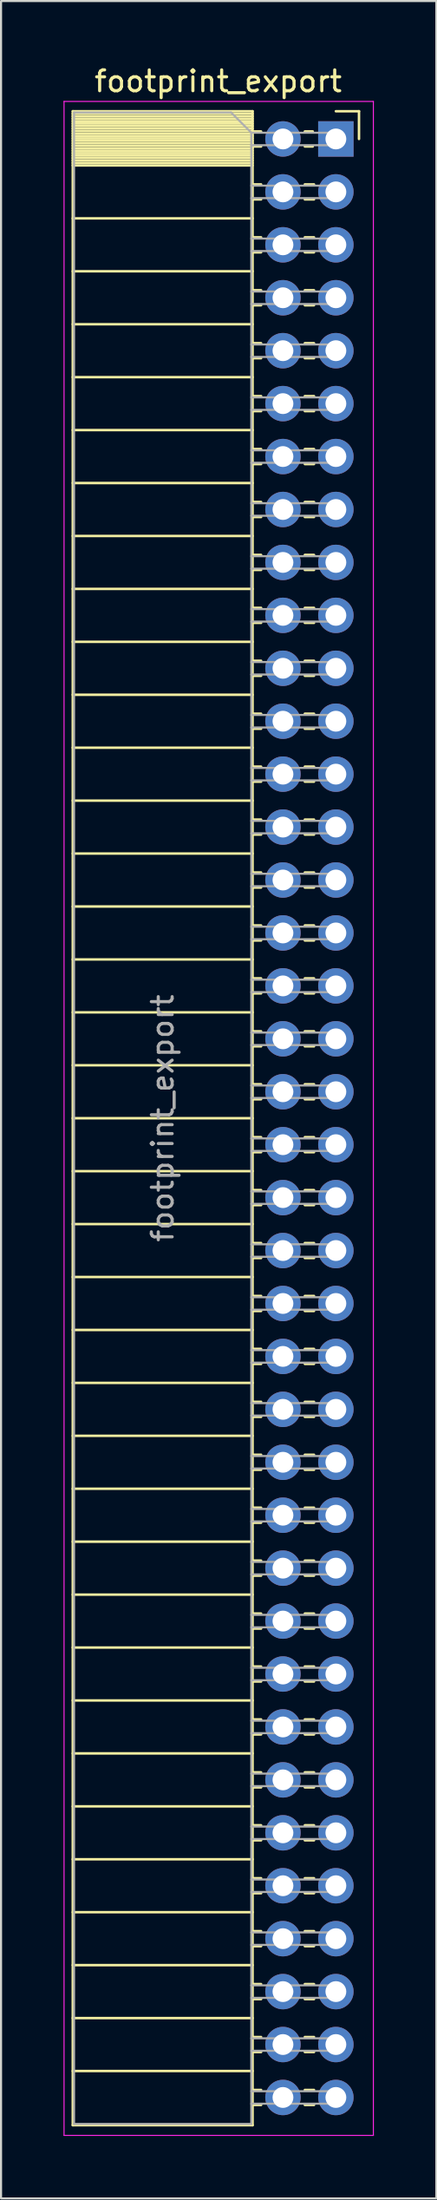
<source format=kicad_pcb>
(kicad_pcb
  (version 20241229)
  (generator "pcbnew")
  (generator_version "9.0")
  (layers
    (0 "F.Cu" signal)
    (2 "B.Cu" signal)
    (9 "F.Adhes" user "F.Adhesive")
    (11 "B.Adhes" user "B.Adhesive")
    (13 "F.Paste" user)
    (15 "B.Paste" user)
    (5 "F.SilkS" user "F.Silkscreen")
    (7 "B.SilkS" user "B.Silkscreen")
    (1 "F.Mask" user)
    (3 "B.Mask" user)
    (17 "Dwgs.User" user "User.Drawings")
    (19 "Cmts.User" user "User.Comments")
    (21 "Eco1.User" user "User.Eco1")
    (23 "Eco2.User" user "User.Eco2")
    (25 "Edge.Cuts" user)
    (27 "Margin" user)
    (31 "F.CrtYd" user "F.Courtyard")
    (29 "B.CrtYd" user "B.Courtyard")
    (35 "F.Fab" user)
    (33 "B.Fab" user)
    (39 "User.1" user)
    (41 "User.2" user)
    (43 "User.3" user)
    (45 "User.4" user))
  (footprint "footprint_export"
    (layer "F.Cu")
    (at 13.075 3.618)
    (property "Reference" "footprint_export" (at -5.65 -2.77 0) (layer "F.SilkS") (effects (font (size 1 1) (thickness 0.15))))
    (attr through_hole)
    (fp_line (start -12.63 -1.33) (end -12.63 95.31) (stroke (width 0.12) (type solid)) (layer "F.SilkS"))
    (fp_line (start -12.63 -1.33) (end -4 -1.33) (stroke (width 0.12) (type solid)) (layer "F.SilkS"))
    (fp_line (start -12.63 -1.21) (end -4 -1.21) (stroke (width 0.12) (type solid)) (layer "F.SilkS"))
    (fp_line (start -12.63 -1.092) (end -4 -1.092) (stroke (width 0.12) (type solid)) (layer "F.SilkS"))
    (fp_line (start -12.63 -0.974) (end -4 -0.974) (stroke (width 0.12) (type solid)) (layer "F.SilkS"))
    (fp_line (start -12.63 -0.856) (end -4 -0.856) (stroke (width 0.12) (type solid)) (layer "F.SilkS"))
    (fp_line (start -12.63 -0.738) (end -4 -0.738) (stroke (width 0.12) (type solid)) (layer "F.SilkS"))
    (fp_line (start -12.63 -0.62) (end -4 -0.62) (stroke (width 0.12) (type solid)) (layer "F.SilkS"))
    (fp_line (start -12.63 -0.501) (end -4 -0.501) (stroke (width 0.12) (type solid)) (layer "F.SilkS"))
    (fp_line (start -12.63 -0.383) (end -4 -0.383) (stroke (width 0.12) (type solid)) (layer "F.SilkS"))
    (fp_line (start -12.63 -0.265) (end -4 -0.265) (stroke (width 0.12) (type solid)) (layer "F.SilkS"))
    (fp_line (start -12.63 -0.147) (end -4 -0.147) (stroke (width 0.12) (type solid)) (layer "F.SilkS"))
    (fp_line (start -12.63 -0.029) (end -4 -0.029) (stroke (width 0.12) (type solid)) (layer "F.SilkS"))
    (fp_line (start -12.63 0.089) (end -4 0.089) (stroke (width 0.12) (type solid)) (layer "F.SilkS"))
    (fp_line (start -12.63 0.207) (end -4 0.207) (stroke (width 0.12) (type solid)) (layer "F.SilkS"))
    (fp_line (start -12.63 0.325) (end -4 0.325) (stroke (width 0.12) (type solid)) (layer "F.SilkS"))
    (fp_line (start -12.63 0.443) (end -4 0.443) (stroke (width 0.12) (type solid)) (layer "F.SilkS"))
    (fp_line (start -12.63 0.561) (end -4 0.561) (stroke (width 0.12) (type solid)) (layer "F.SilkS"))
    (fp_line (start -12.63 0.68) (end -4 0.68) (stroke (width 0.12) (type solid)) (layer "F.SilkS"))
    (fp_line (start -12.63 0.798) (end -4 0.798) (stroke (width 0.12) (type solid)) (layer "F.SilkS"))
    (fp_line (start -12.63 0.916) (end -4 0.916) (stroke (width 0.12) (type solid)) (layer "F.SilkS"))
    (fp_line (start -12.63 1.034) (end -4 1.034) (stroke (width 0.12) (type solid)) (layer "F.SilkS"))
    (fp_line (start -12.63 1.152) (end -4 1.152) (stroke (width 0.12) (type solid)) (layer "F.SilkS"))
    (fp_line (start -12.63 1.27) (end -4 1.27) (stroke (width 0.12) (type solid)) (layer "F.SilkS"))
    (fp_line (start -12.63 3.81) (end -4 3.81) (stroke (width 0.12) (type solid)) (layer "F.SilkS"))
    (fp_line (start -12.63 6.35) (end -4 6.35) (stroke (width 0.12) (type solid)) (layer "F.SilkS"))
    (fp_line (start -12.63 8.89) (end -4 8.89) (stroke (width 0.12) (type solid)) (layer "F.SilkS"))
    (fp_line (start -12.63 11.43) (end -4 11.43) (stroke (width 0.12) (type solid)) (layer "F.SilkS"))
    (fp_line (start -12.63 13.97) (end -4 13.97) (stroke (width 0.12) (type solid)) (layer "F.SilkS"))
    (fp_line (start -12.63 16.51) (end -4 16.51) (stroke (width 0.12) (type solid)) (layer "F.SilkS"))
    (fp_line (start -12.63 19.05) (end -4 19.05) (stroke (width 0.12) (type solid)) (layer "F.SilkS"))
    (fp_line (start -12.63 21.59) (end -4 21.59) (stroke (width 0.12) (type solid)) (layer "F.SilkS"))
    (fp_line (start -12.63 24.13) (end -4 24.13) (stroke (width 0.12) (type solid)) (layer "F.SilkS"))
    (fp_line (start -12.63 26.67) (end -4 26.67) (stroke (width 0.12) (type solid)) (layer "F.SilkS"))
    (fp_line (start -12.63 29.21) (end -4 29.21) (stroke (width 0.12) (type solid)) (layer "F.SilkS"))
    (fp_line (start -12.63 31.75) (end -4 31.75) (stroke (width 0.12) (type solid)) (layer "F.SilkS"))
    (fp_line (start -12.63 34.29) (end -4 34.29) (stroke (width 0.12) (type solid)) (layer "F.SilkS"))
    (fp_line (start -12.63 36.83) (end -4 36.83) (stroke (width 0.12) (type solid)) (layer "F.SilkS"))
    (fp_line (start -12.63 39.37) (end -4 39.37) (stroke (width 0.12) (type solid)) (layer "F.SilkS"))
    (fp_line (start -12.63 41.91) (end -4 41.91) (stroke (width 0.12) (type solid)) (layer "F.SilkS"))
    (fp_line (start -12.63 44.45) (end -4 44.45) (stroke (width 0.12) (type solid)) (layer "F.SilkS"))
    (fp_line (start -12.63 46.99) (end -4 46.99) (stroke (width 0.12) (type solid)) (layer "F.SilkS"))
    (fp_line (start -12.63 49.53) (end -4 49.53) (stroke (width 0.12) (type solid)) (layer "F.SilkS"))
    (fp_line (start -12.63 52.07) (end -4 52.07) (stroke (width 0.12) (type solid)) (layer "F.SilkS"))
    (fp_line (start -12.63 54.61) (end -4 54.61) (stroke (width 0.12) (type solid)) (layer "F.SilkS"))
    (fp_line (start -12.63 57.15) (end -4 57.15) (stroke (width 0.12) (type solid)) (layer "F.SilkS"))
    (fp_line (start -12.63 59.69) (end -4 59.69) (stroke (width 0.12) (type solid)) (layer "F.SilkS"))
    (fp_line (start -12.63 62.23) (end -4 62.23) (stroke (width 0.12) (type solid)) (layer "F.SilkS"))
    (fp_line (start -12.63 64.77) (end -4 64.77) (stroke (width 0.12) (type solid)) (layer "F.SilkS"))
    (fp_line (start -12.63 67.31) (end -4 67.31) (stroke (width 0.12) (type solid)) (layer "F.SilkS"))
    (fp_line (start -12.63 69.85) (end -4 69.85) (stroke (width 0.12) (type solid)) (layer "F.SilkS"))
    (fp_line (start -12.63 72.39) (end -4 72.39) (stroke (width 0.12) (type solid)) (layer "F.SilkS"))
    (fp_line (start -12.63 74.93) (end -4 74.93) (stroke (width 0.12) (type solid)) (layer "F.SilkS"))
    (fp_line (start -12.63 77.47) (end -4 77.47) (stroke (width 0.12) (type solid)) (layer "F.SilkS"))
    (fp_line (start -12.63 80.01) (end -4 80.01) (stroke (width 0.12) (type solid)) (layer "F.SilkS"))
    (fp_line (start -12.63 82.55) (end -4 82.55) (stroke (width 0.12) (type solid)) (layer "F.SilkS"))
    (fp_line (start -12.63 85.09) (end -4 85.09) (stroke (width 0.12) (type solid)) (layer "F.SilkS"))
    (fp_line (start -12.63 87.63) (end -4 87.63) (stroke (width 0.12) (type solid)) (layer "F.SilkS"))
    (fp_line (start -12.63 90.17) (end -4 90.17) (stroke (width 0.12) (type solid)) (layer "F.SilkS"))
    (fp_line (start -12.63 92.71) (end -4 92.71) (stroke (width 0.12) (type solid)) (layer "F.SilkS"))
    (fp_line (start -12.63 95.31) (end -4 95.31) (stroke (width 0.12) (type solid)) (layer "F.SilkS"))
    (fp_line (start -4 -1.33) (end -4 95.31) (stroke (width 0.12) (type solid)) (layer "F.SilkS"))
    (fp_line (start -4 -0.36) (end -3.59 -0.36) (stroke (width 0.12) (type solid)) (layer "F.SilkS"))
    (fp_line (start -4 0.36) (end -3.59 0.36) (stroke (width 0.12) (type solid)) (layer "F.SilkS"))
    (fp_line (start -4 2.18) (end -3.59 2.18) (stroke (width 0.12) (type solid)) (layer "F.SilkS"))
    (fp_line (start -4 2.9) (end -3.59 2.9) (stroke (width 0.12) (type solid)) (layer "F.SilkS"))
    (fp_line (start -4 4.72) (end -3.59 4.72) (stroke (width 0.12) (type solid)) (layer "F.SilkS"))
    (fp_line (start -4 5.44) (end -3.59 5.44) (stroke (width 0.12) (type solid)) (layer "F.SilkS"))
    (fp_line (start -4 7.26) (end -3.59 7.26) (stroke (width 0.12) (type solid)) (layer "F.SilkS"))
    (fp_line (start -4 7.98) (end -3.59 7.98) (stroke (width 0.12) (type solid)) (layer "F.SilkS"))
    (fp_line (start -4 9.8) (end -3.59 9.8) (stroke (width 0.12) (type solid)) (layer "F.SilkS"))
    (fp_line (start -4 10.52) (end -3.59 10.52) (stroke (width 0.12) (type solid)) (layer "F.SilkS"))
    (fp_line (start -4 12.34) (end -3.59 12.34) (stroke (width 0.12) (type solid)) (layer "F.SilkS"))
    (fp_line (start -4 13.06) (end -3.59 13.06) (stroke (width 0.12) (type solid)) (layer "F.SilkS"))
    (fp_line (start -4 14.88) (end -3.59 14.88) (stroke (width 0.12) (type solid)) (layer "F.SilkS"))
    (fp_line (start -4 15.6) (end -3.59 15.6) (stroke (width 0.12) (type solid)) (layer "F.SilkS"))
    (fp_line (start -4 17.42) (end -3.59 17.42) (stroke (width 0.12) (type solid)) (layer "F.SilkS"))
    (fp_line (start -4 18.14) (end -3.59 18.14) (stroke (width 0.12) (type solid)) (layer "F.SilkS"))
    (fp_line (start -4 19.96) (end -3.59 19.96) (stroke (width 0.12) (type solid)) (layer "F.SilkS"))
    (fp_line (start -4 20.68) (end -3.59 20.68) (stroke (width 0.12) (type solid)) (layer "F.SilkS"))
    (fp_line (start -4 22.5) (end -3.59 22.5) (stroke (width 0.12) (type solid)) (layer "F.SilkS"))
    (fp_line (start -4 23.22) (end -3.59 23.22) (stroke (width 0.12) (type solid)) (layer "F.SilkS"))
    (fp_line (start -4 25.04) (end -3.59 25.04) (stroke (width 0.12) (type solid)) (layer "F.SilkS"))
    (fp_line (start -4 25.76) (end -3.59 25.76) (stroke (width 0.12) (type solid)) (layer "F.SilkS"))
    (fp_line (start -4 27.58) (end -3.59 27.58) (stroke (width 0.12) (type solid)) (layer "F.SilkS"))
    (fp_line (start -4 28.3) (end -3.59 28.3) (stroke (width 0.12) (type solid)) (layer "F.SilkS"))
    (fp_line (start -4 30.12) (end -3.59 30.12) (stroke (width 0.12) (type solid)) (layer "F.SilkS"))
    (fp_line (start -4 30.84) (end -3.59 30.84) (stroke (width 0.12) (type solid)) (layer "F.SilkS"))
    (fp_line (start -4 32.66) (end -3.59 32.66) (stroke (width 0.12) (type solid)) (layer "F.SilkS"))
    (fp_line (start -4 33.38) (end -3.59 33.38) (stroke (width 0.12) (type solid)) (layer "F.SilkS"))
    (fp_line (start -4 35.2) (end -3.59 35.2) (stroke (width 0.12) (type solid)) (layer "F.SilkS"))
    (fp_line (start -4 35.92) (end -3.59 35.92) (stroke (width 0.12) (type solid)) (layer "F.SilkS"))
    (fp_line (start -4 37.74) (end -3.59 37.74) (stroke (width 0.12) (type solid)) (layer "F.SilkS"))
    (fp_line (start -4 38.46) (end -3.59 38.46) (stroke (width 0.12) (type solid)) (layer "F.SilkS"))
    (fp_line (start -4 40.28) (end -3.59 40.28) (stroke (width 0.12) (type solid)) (layer "F.SilkS"))
    (fp_line (start -4 41) (end -3.59 41) (stroke (width 0.12) (type solid)) (layer "F.SilkS"))
    (fp_line (start -4 42.82) (end -3.59 42.82) (stroke (width 0.12) (type solid)) (layer "F.SilkS"))
    (fp_line (start -4 43.54) (end -3.59 43.54) (stroke (width 0.12) (type solid)) (layer "F.SilkS"))
    (fp_line (start -4 45.36) (end -3.59 45.36) (stroke (width 0.12) (type solid)) (layer "F.SilkS"))
    (fp_line (start -4 46.08) (end -3.59 46.08) (stroke (width 0.12) (type solid)) (layer "F.SilkS"))
    (fp_line (start -4 47.9) (end -3.59 47.9) (stroke (width 0.12) (type solid)) (layer "F.SilkS"))
    (fp_line (start -4 48.62) (end -3.59 48.62) (stroke (width 0.12) (type solid)) (layer "F.SilkS"))
    (fp_line (start -4 50.44) (end -3.59 50.44) (stroke (width 0.12) (type solid)) (layer "F.SilkS"))
    (fp_line (start -4 51.16) (end -3.59 51.16) (stroke (width 0.12) (type solid)) (layer "F.SilkS"))
    (fp_line (start -4 52.98) (end -3.59 52.98) (stroke (width 0.12) (type solid)) (layer "F.SilkS"))
    (fp_line (start -4 53.7) (end -3.59 53.7) (stroke (width 0.12) (type solid)) (layer "F.SilkS"))
    (fp_line (start -4 55.52) (end -3.59 55.52) (stroke (width 0.12) (type solid)) (layer "F.SilkS"))
    (fp_line (start -4 56.24) (end -3.59 56.24) (stroke (width 0.12) (type solid)) (layer "F.SilkS"))
    (fp_line (start -4 58.06) (end -3.59 58.06) (stroke (width 0.12) (type solid)) (layer "F.SilkS"))
    (fp_line (start -4 58.78) (end -3.59 58.78) (stroke (width 0.12) (type solid)) (layer "F.SilkS"))
    (fp_line (start -4 60.6) (end -3.59 60.6) (stroke (width 0.12) (type solid)) (layer "F.SilkS"))
    (fp_line (start -4 61.32) (end -3.59 61.32) (stroke (width 0.12) (type solid)) (layer "F.SilkS"))
    (fp_line (start -4 63.14) (end -3.59 63.14) (stroke (width 0.12) (type solid)) (layer "F.SilkS"))
    (fp_line (start -4 63.86) (end -3.59 63.86) (stroke (width 0.12) (type solid)) (layer "F.SilkS"))
    (fp_line (start -4 65.68) (end -3.59 65.68) (stroke (width 0.12) (type solid)) (layer "F.SilkS"))
    (fp_line (start -4 66.4) (end -3.59 66.4) (stroke (width 0.12) (type solid)) (layer "F.SilkS"))
    (fp_line (start -4 68.22) (end -3.59 68.22) (stroke (width 0.12) (type solid)) (layer "F.SilkS"))
    (fp_line (start -4 68.94) (end -3.59 68.94) (stroke (width 0.12) (type solid)) (layer "F.SilkS"))
    (fp_line (start -4 70.76) (end -3.59 70.76) (stroke (width 0.12) (type solid)) (layer "F.SilkS"))
    (fp_line (start -4 71.48) (end -3.59 71.48) (stroke (width 0.12) (type solid)) (layer "F.SilkS"))
    (fp_line (start -4 73.3) (end -3.59 73.3) (stroke (width 0.12) (type solid)) (layer "F.SilkS"))
    (fp_line (start -4 74.02) (end -3.59 74.02) (stroke (width 0.12) (type solid)) (layer "F.SilkS"))
    (fp_line (start -4 75.84) (end -3.59 75.84) (stroke (width 0.12) (type solid)) (layer "F.SilkS"))
    (fp_line (start -4 76.56) (end -3.59 76.56) (stroke (width 0.12) (type solid)) (layer "F.SilkS"))
    (fp_line (start -4 78.38) (end -3.59 78.38) (stroke (width 0.12) (type solid)) (layer "F.SilkS"))
    (fp_line (start -4 79.1) (end -3.59 79.1) (stroke (width 0.12) (type solid)) (layer "F.SilkS"))
    (fp_line (start -4 80.92) (end -3.59 80.92) (stroke (width 0.12) (type solid)) (layer "F.SilkS"))
    (fp_line (start -4 81.64) (end -3.59 81.64) (stroke (width 0.12) (type solid)) (layer "F.SilkS"))
    (fp_line (start -4 83.46) (end -3.59 83.46) (stroke (width 0.12) (type solid)) (layer "F.SilkS"))
    (fp_line (start -4 84.18) (end -3.59 84.18) (stroke (width 0.12) (type solid)) (layer "F.SilkS"))
    (fp_line (start -4 86) (end -3.59 86) (stroke (width 0.12) (type solid)) (layer "F.SilkS"))
    (fp_line (start -4 86.72) (end -3.59 86.72) (stroke (width 0.12) (type solid)) (layer "F.SilkS"))
    (fp_line (start -4 88.54) (end -3.59 88.54) (stroke (width 0.12) (type solid)) (layer "F.SilkS"))
    (fp_line (start -4 89.26) (end -3.59 89.26) (stroke (width 0.12) (type solid)) (layer "F.SilkS"))
    (fp_line (start -4 91.08) (end -3.59 91.08) (stroke (width 0.12) (type solid)) (layer "F.SilkS"))
    (fp_line (start -4 91.8) (end -3.59 91.8) (stroke (width 0.12) (type solid)) (layer "F.SilkS"))
    (fp_line (start -4 93.62) (end -3.59 93.62) (stroke (width 0.12) (type solid)) (layer "F.SilkS"))
    (fp_line (start -4 94.34) (end -3.59 94.34) (stroke (width 0.12) (type solid)) (layer "F.SilkS"))
    (fp_line (start -1.49 -0.36) (end -1.11 -0.36) (stroke (width 0.12) (type solid)) (layer "F.SilkS"))
    (fp_line (start -1.49 0.36) (end -1.11 0.36) (stroke (width 0.12) (type solid)) (layer "F.SilkS"))
    (fp_line (start -1.49 2.18) (end -1.05 2.18) (stroke (width 0.12) (type solid)) (layer "F.SilkS"))
    (fp_line (start -1.49 2.9) (end -1.05 2.9) (stroke (width 0.12) (type solid)) (layer "F.SilkS"))
    (fp_line (start -1.49 4.72) (end -1.05 4.72) (stroke (width 0.12) (type solid)) (layer "F.SilkS"))
    (fp_line (start -1.49 5.44) (end -1.05 5.44) (stroke (width 0.12) (type solid)) (layer "F.SilkS"))
    (fp_line (start -1.49 7.26) (end -1.05 7.26) (stroke (width 0.12) (type solid)) (layer "F.SilkS"))
    (fp_line (start -1.49 7.98) (end -1.05 7.98) (stroke (width 0.12) (type solid)) (layer "F.SilkS"))
    (fp_line (start -1.49 9.8) (end -1.05 9.8) (stroke (width 0.12) (type solid)) (layer "F.SilkS"))
    (fp_line (start -1.49 10.52) (end -1.05 10.52) (stroke (width 0.12) (type solid)) (layer "F.SilkS"))
    (fp_line (start -1.49 12.34) (end -1.05 12.34) (stroke (width 0.12) (type solid)) (layer "F.SilkS"))
    (fp_line (start -1.49 13.06) (end -1.05 13.06) (stroke (width 0.12) (type solid)) (layer "F.SilkS"))
    (fp_line (start -1.49 14.88) (end -1.05 14.88) (stroke (width 0.12) (type solid)) (layer "F.SilkS"))
    (fp_line (start -1.49 15.6) (end -1.05 15.6) (stroke (width 0.12) (type solid)) (layer "F.SilkS"))
    (fp_line (start -1.49 17.42) (end -1.05 17.42) (stroke (width 0.12) (type solid)) (layer "F.SilkS"))
    (fp_line (start -1.49 18.14) (end -1.05 18.14) (stroke (width 0.12) (type solid)) (layer "F.SilkS"))
    (fp_line (start -1.49 19.96) (end -1.05 19.96) (stroke (width 0.12) (type solid)) (layer "F.SilkS"))
    (fp_line (start -1.49 20.68) (end -1.05 20.68) (stroke (width 0.12) (type solid)) (layer "F.SilkS"))
    (fp_line (start -1.49 22.5) (end -1.05 22.5) (stroke (width 0.12) (type solid)) (layer "F.SilkS"))
    (fp_line (start -1.49 23.22) (end -1.05 23.22) (stroke (width 0.12) (type solid)) (layer "F.SilkS"))
    (fp_line (start -1.49 25.04) (end -1.05 25.04) (stroke (width 0.12) (type solid)) (layer "F.SilkS"))
    (fp_line (start -1.49 25.76) (end -1.05 25.76) (stroke (width 0.12) (type solid)) (layer "F.SilkS"))
    (fp_line (start -1.49 27.58) (end -1.05 27.58) (stroke (width 0.12) (type solid)) (layer "F.SilkS"))
    (fp_line (start -1.49 28.3) (end -1.05 28.3) (stroke (width 0.12) (type solid)) (layer "F.SilkS"))
    (fp_line (start -1.49 30.12) (end -1.05 30.12) (stroke (width 0.12) (type solid)) (layer "F.SilkS"))
    (fp_line (start -1.49 30.84) (end -1.05 30.84) (stroke (width 0.12) (type solid)) (layer "F.SilkS"))
    (fp_line (start -1.49 32.66) (end -1.05 32.66) (stroke (width 0.12) (type solid)) (layer "F.SilkS"))
    (fp_line (start -1.49 33.38) (end -1.05 33.38) (stroke (width 0.12) (type solid)) (layer "F.SilkS"))
    (fp_line (start -1.49 35.2) (end -1.05 35.2) (stroke (width 0.12) (type solid)) (layer "F.SilkS"))
    (fp_line (start -1.49 35.92) (end -1.05 35.92) (stroke (width 0.12) (type solid)) (layer "F.SilkS"))
    (fp_line (start -1.49 37.74) (end -1.05 37.74) (stroke (width 0.12) (type solid)) (layer "F.SilkS"))
    (fp_line (start -1.49 38.46) (end -1.05 38.46) (stroke (width 0.12) (type solid)) (layer "F.SilkS"))
    (fp_line (start -1.49 40.28) (end -1.05 40.28) (stroke (width 0.12) (type solid)) (layer "F.SilkS"))
    (fp_line (start -1.49 41) (end -1.05 41) (stroke (width 0.12) (type solid)) (layer "F.SilkS"))
    (fp_line (start -1.49 42.82) (end -1.05 42.82) (stroke (width 0.12) (type solid)) (layer "F.SilkS"))
    (fp_line (start -1.49 43.54) (end -1.05 43.54) (stroke (width 0.12) (type solid)) (layer "F.SilkS"))
    (fp_line (start -1.49 45.36) (end -1.05 45.36) (stroke (width 0.12) (type solid)) (layer "F.SilkS"))
    (fp_line (start -1.49 46.08) (end -1.05 46.08) (stroke (width 0.12) (type solid)) (layer "F.SilkS"))
    (fp_line (start -1.49 47.9) (end -1.05 47.9) (stroke (width 0.12) (type solid)) (layer "F.SilkS"))
    (fp_line (start -1.49 48.62) (end -1.05 48.62) (stroke (width 0.12) (type solid)) (layer "F.SilkS"))
    (fp_line (start -1.49 50.44) (end -1.05 50.44) (stroke (width 0.12) (type solid)) (layer "F.SilkS"))
    (fp_line (start -1.49 51.16) (end -1.05 51.16) (stroke (width 0.12) (type solid)) (layer "F.SilkS"))
    (fp_line (start -1.49 52.98) (end -1.05 52.98) (stroke (width 0.12) (type solid)) (layer "F.SilkS"))
    (fp_line (start -1.49 53.7) (end -1.05 53.7) (stroke (width 0.12) (type solid)) (layer "F.SilkS"))
    (fp_line (start -1.49 55.52) (end -1.05 55.52) (stroke (width 0.12) (type solid)) (layer "F.SilkS"))
    (fp_line (start -1.49 56.24) (end -1.05 56.24) (stroke (width 0.12) (type solid)) (layer "F.SilkS"))
    (fp_line (start -1.49 58.06) (end -1.05 58.06) (stroke (width 0.12) (type solid)) (layer "F.SilkS"))
    (fp_line (start -1.49 58.78) (end -1.05 58.78) (stroke (width 0.12) (type solid)) (layer "F.SilkS"))
    (fp_line (start -1.49 60.6) (end -1.05 60.6) (stroke (width 0.12) (type solid)) (layer "F.SilkS"))
    (fp_line (start -1.49 61.32) (end -1.05 61.32) (stroke (width 0.12) (type solid)) (layer "F.SilkS"))
    (fp_line (start -1.49 63.14) (end -1.05 63.14) (stroke (width 0.12) (type solid)) (layer "F.SilkS"))
    (fp_line (start -1.49 63.86) (end -1.05 63.86) (stroke (width 0.12) (type solid)) (layer "F.SilkS"))
    (fp_line (start -1.49 65.68) (end -1.05 65.68) (stroke (width 0.12) (type solid)) (layer "F.SilkS"))
    (fp_line (start -1.49 66.4) (end -1.05 66.4) (stroke (width 0.12) (type solid)) (layer "F.SilkS"))
    (fp_line (start -1.49 68.22) (end -1.05 68.22) (stroke (width 0.12) (type solid)) (layer "F.SilkS"))
    (fp_line (start -1.49 68.94) (end -1.05 68.94) (stroke (width 0.12) (type solid)) (layer "F.SilkS"))
    (fp_line (start -1.49 70.76) (end -1.05 70.76) (stroke (width 0.12) (type solid)) (layer "F.SilkS"))
    (fp_line (start -1.49 71.48) (end -1.05 71.48) (stroke (width 0.12) (type solid)) (layer "F.SilkS"))
    (fp_line (start -1.49 73.3) (end -1.05 73.3) (stroke (width 0.12) (type solid)) (layer "F.SilkS"))
    (fp_line (start -1.49 74.02) (end -1.05 74.02) (stroke (width 0.12) (type solid)) (layer "F.SilkS"))
    (fp_line (start -1.49 75.84) (end -1.05 75.84) (stroke (width 0.12) (type solid)) (layer "F.SilkS"))
    (fp_line (start -1.49 76.56) (end -1.05 76.56) (stroke (width 0.12) (type solid)) (layer "F.SilkS"))
    (fp_line (start -1.49 78.38) (end -1.05 78.38) (stroke (width 0.12) (type solid)) (layer "F.SilkS"))
    (fp_line (start -1.49 79.1) (end -1.05 79.1) (stroke (width 0.12) (type solid)) (layer "F.SilkS"))
    (fp_line (start -1.49 80.92) (end -1.05 80.92) (stroke (width 0.12) (type solid)) (layer "F.SilkS"))
    (fp_line (start -1.49 81.64) (end -1.05 81.64) (stroke (width 0.12) (type solid)) (layer "F.SilkS"))
    (fp_line (start -1.49 83.46) (end -1.05 83.46) (stroke (width 0.12) (type solid)) (layer "F.SilkS"))
    (fp_line (start -1.49 84.18) (end -1.05 84.18) (stroke (width 0.12) (type solid)) (layer "F.SilkS"))
    (fp_line (start -1.49 86) (end -1.05 86) (stroke (width 0.12) (type solid)) (layer "F.SilkS"))
    (fp_line (start -1.49 86.72) (end -1.05 86.72) (stroke (width 0.12) (type solid)) (layer "F.SilkS"))
    (fp_line (start -1.49 88.54) (end -1.05 88.54) (stroke (width 0.12) (type solid)) (layer "F.SilkS"))
    (fp_line (start -1.49 89.26) (end -1.05 89.26) (stroke (width 0.12) (type solid)) (layer "F.SilkS"))
    (fp_line (start -1.49 91.08) (end -1.05 91.08) (stroke (width 0.12) (type solid)) (layer "F.SilkS"))
    (fp_line (start -1.49 91.8) (end -1.05 91.8) (stroke (width 0.12) (type solid)) (layer "F.SilkS"))
    (fp_line (start -1.49 93.62) (end -1.05 93.62) (stroke (width 0.12) (type solid)) (layer "F.SilkS"))
    (fp_line (start -1.49 94.34) (end -1.05 94.34) (stroke (width 0.12) (type solid)) (layer "F.SilkS"))
    (fp_line (start 0 -1.33) (end 1.11 -1.33) (stroke (width 0.12) (type solid)) (layer "F.SilkS"))
    (fp_line (start 1.11 -1.33) (end 1.11 0) (stroke (width 0.12) (type solid)) (layer "F.SilkS"))
    (fp_line (start -13.05 -1.8) (end -13.05 95.8) (stroke (width 0.05) (type solid)) (layer "F.CrtYd"))
    (fp_line (start -13.05 95.8) (end 1.8 95.8) (stroke (width 0.05) (type solid)) (layer "F.CrtYd"))
    (fp_line (start 1.8 -1.8) (end -13.05 -1.8) (stroke (width 0.05) (type solid)) (layer "F.CrtYd"))
    (fp_line (start 1.8 95.8) (end 1.8 -1.8) (stroke (width 0.05) (type solid)) (layer "F.CrtYd"))
    (fp_line (start -12.57 -1.27) (end -5.03 -1.27) (stroke (width 0.1) (type solid)) (layer "F.Fab"))
    (fp_line (start -12.57 95.25) (end -12.57 -1.27) (stroke (width 0.1) (type solid)) (layer "F.Fab"))
    (fp_line (start -5.03 -1.27) (end -4.06 -0.3) (stroke (width 0.1) (type solid)) (layer "F.Fab"))
    (fp_line (start -4.06 -0.3) (end -4.06 95.25) (stroke (width 0.1) (type solid)) (layer "F.Fab"))
    (fp_line (start -4.06 0.3) (end 0 0.3) (stroke (width 0.1) (type solid)) (layer "F.Fab"))
    (fp_line (start -4.06 2.84) (end 0 2.84) (stroke (width 0.1) (type solid)) (layer "F.Fab"))
    (fp_line (start -4.06 5.38) (end 0 5.38) (stroke (width 0.1) (type solid)) (layer "F.Fab"))
    (fp_line (start -4.06 7.92) (end 0 7.92) (stroke (width 0.1) (type solid)) (layer "F.Fab"))
    (fp_line (start -4.06 10.46) (end 0 10.46) (stroke (width 0.1) (type solid)) (layer "F.Fab"))
    (fp_line (start -4.06 13) (end 0 13) (stroke (width 0.1) (type solid)) (layer "F.Fab"))
    (fp_line (start -4.06 15.54) (end 0 15.54) (stroke (width 0.1) (type solid)) (layer "F.Fab"))
    (fp_line (start -4.06 18.08) (end 0 18.08) (stroke (width 0.1) (type solid)) (layer "F.Fab"))
    (fp_line (start -4.06 20.62) (end 0 20.62) (stroke (width 0.1) (type solid)) (layer "F.Fab"))
    (fp_line (start -4.06 23.16) (end 0 23.16) (stroke (width 0.1) (type solid)) (layer "F.Fab"))
    (fp_line (start -4.06 25.7) (end 0 25.7) (stroke (width 0.1) (type solid)) (layer "F.Fab"))
    (fp_line (start -4.06 28.24) (end 0 28.24) (stroke (width 0.1) (type solid)) (layer "F.Fab"))
    (fp_line (start -4.06 30.78) (end 0 30.78) (stroke (width 0.1) (type solid)) (layer "F.Fab"))
    (fp_line (start -4.06 33.32) (end 0 33.32) (stroke (width 0.1) (type solid)) (layer "F.Fab"))
    (fp_line (start -4.06 35.86) (end 0 35.86) (stroke (width 0.1) (type solid)) (layer "F.Fab"))
    (fp_line (start -4.06 38.4) (end 0 38.4) (stroke (width 0.1) (type solid)) (layer "F.Fab"))
    (fp_line (start -4.06 40.94) (end 0 40.94) (stroke (width 0.1) (type solid)) (layer "F.Fab"))
    (fp_line (start -4.06 43.48) (end 0 43.48) (stroke (width 0.1) (type solid)) (layer "F.Fab"))
    (fp_line (start -4.06 46.02) (end 0 46.02) (stroke (width 0.1) (type solid)) (layer "F.Fab"))
    (fp_line (start -4.06 48.56) (end 0 48.56) (stroke (width 0.1) (type solid)) (layer "F.Fab"))
    (fp_line (start -4.06 51.1) (end 0 51.1) (stroke (width 0.1) (type solid)) (layer "F.Fab"))
    (fp_line (start -4.06 53.64) (end 0 53.64) (stroke (width 0.1) (type solid)) (layer "F.Fab"))
    (fp_line (start -4.06 56.18) (end 0 56.18) (stroke (width 0.1) (type solid)) (layer "F.Fab"))
    (fp_line (start -4.06 58.72) (end 0 58.72) (stroke (width 0.1) (type solid)) (layer "F.Fab"))
    (fp_line (start -4.06 61.26) (end 0 61.26) (stroke (width 0.1) (type solid)) (layer "F.Fab"))
    (fp_line (start -4.06 63.8) (end 0 63.8) (stroke (width 0.1) (type solid)) (layer "F.Fab"))
    (fp_line (start -4.06 66.34) (end 0 66.34) (stroke (width 0.1) (type solid)) (layer "F.Fab"))
    (fp_line (start -4.06 68.88) (end 0 68.88) (stroke (width 0.1) (type solid)) (layer "F.Fab"))
    (fp_line (start -4.06 71.42) (end 0 71.42) (stroke (width 0.1) (type solid)) (layer "F.Fab"))
    (fp_line (start -4.06 73.96) (end 0 73.96) (stroke (width 0.1) (type solid)) (layer "F.Fab"))
    (fp_line (start -4.06 76.5) (end 0 76.5) (stroke (width 0.1) (type solid)) (layer "F.Fab"))
    (fp_line (start -4.06 79.04) (end 0 79.04) (stroke (width 0.1) (type solid)) (layer "F.Fab"))
    (fp_line (start -4.06 81.58) (end 0 81.58) (stroke (width 0.1) (type solid)) (layer "F.Fab"))
    (fp_line (start -4.06 84.12) (end 0 84.12) (stroke (width 0.1) (type solid)) (layer "F.Fab"))
    (fp_line (start -4.06 86.66) (end 0 86.66) (stroke (width 0.1) (type solid)) (layer "F.Fab"))
    (fp_line (start -4.06 89.2) (end 0 89.2) (stroke (width 0.1) (type solid)) (layer "F.Fab"))
    (fp_line (start -4.06 91.74) (end 0 91.74) (stroke (width 0.1) (type solid)) (layer "F.Fab"))
    (fp_line (start -4.06 94.28) (end 0 94.28) (stroke (width 0.1) (type solid)) (layer "F.Fab"))
    (fp_line (start -4.06 95.25) (end -12.57 95.25) (stroke (width 0.1) (type solid)) (layer "F.Fab"))
    (fp_line (start 0 -0.3) (end -4.06 -0.3) (stroke (width 0.1) (type solid)) (layer "F.Fab"))
    (fp_line (start 0 0.3) (end 0 -0.3) (stroke (width 0.1) (type solid)) (layer "F.Fab"))
    (fp_line (start 0 2.24) (end -4.06 2.24) (stroke (width 0.1) (type solid)) (layer "F.Fab"))
    (fp_line (start 0 2.84) (end 0 2.24) (stroke (width 0.1) (type solid)) (layer "F.Fab"))
    (fp_line (start 0 4.78) (end -4.06 4.78) (stroke (width 0.1) (type solid)) (layer "F.Fab"))
    (fp_line (start 0 5.38) (end 0 4.78) (stroke (width 0.1) (type solid)) (layer "F.Fab"))
    (fp_line (start 0 7.32) (end -4.06 7.32) (stroke (width 0.1) (type solid)) (layer "F.Fab"))
    (fp_line (start 0 7.92) (end 0 7.32) (stroke (width 0.1) (type solid)) (layer "F.Fab"))
    (fp_line (start 0 9.86) (end -4.06 9.86) (stroke (width 0.1) (type solid)) (layer "F.Fab"))
    (fp_line (start 0 10.46) (end 0 9.86) (stroke (width 0.1) (type solid)) (layer "F.Fab"))
    (fp_line (start 0 12.4) (end -4.06 12.4) (stroke (width 0.1) (type solid)) (layer "F.Fab"))
    (fp_line (start 0 13) (end 0 12.4) (stroke (width 0.1) (type solid)) (layer "F.Fab"))
    (fp_line (start 0 14.94) (end -4.06 14.94) (stroke (width 0.1) (type solid)) (layer "F.Fab"))
    (fp_line (start 0 15.54) (end 0 14.94) (stroke (width 0.1) (type solid)) (layer "F.Fab"))
    (fp_line (start 0 17.48) (end -4.06 17.48) (stroke (width 0.1) (type solid)) (layer "F.Fab"))
    (fp_line (start 0 18.08) (end 0 17.48) (stroke (width 0.1) (type solid)) (layer "F.Fab"))
    (fp_line (start 0 20.02) (end -4.06 20.02) (stroke (width 0.1) (type solid)) (layer "F.Fab"))
    (fp_line (start 0 20.62) (end 0 20.02) (stroke (width 0.1) (type solid)) (layer "F.Fab"))
    (fp_line (start 0 22.56) (end -4.06 22.56) (stroke (width 0.1) (type solid)) (layer "F.Fab"))
    (fp_line (start 0 23.16) (end 0 22.56) (stroke (width 0.1) (type solid)) (layer "F.Fab"))
    (fp_line (start 0 25.1) (end -4.06 25.1) (stroke (width 0.1) (type solid)) (layer "F.Fab"))
    (fp_line (start 0 25.7) (end 0 25.1) (stroke (width 0.1) (type solid)) (layer "F.Fab"))
    (fp_line (start 0 27.64) (end -4.06 27.64) (stroke (width 0.1) (type solid)) (layer "F.Fab"))
    (fp_line (start 0 28.24) (end 0 27.64) (stroke (width 0.1) (type solid)) (layer "F.Fab"))
    (fp_line (start 0 30.18) (end -4.06 30.18) (stroke (width 0.1) (type solid)) (layer "F.Fab"))
    (fp_line (start 0 30.78) (end 0 30.18) (stroke (width 0.1) (type solid)) (layer "F.Fab"))
    (fp_line (start 0 32.72) (end -4.06 32.72) (stroke (width 0.1) (type solid)) (layer "F.Fab"))
    (fp_line (start 0 33.32) (end 0 32.72) (stroke (width 0.1) (type solid)) (layer "F.Fab"))
    (fp_line (start 0 35.26) (end -4.06 35.26) (stroke (width 0.1) (type solid)) (layer "F.Fab"))
    (fp_line (start 0 35.86) (end 0 35.26) (stroke (width 0.1) (type solid)) (layer "F.Fab"))
    (fp_line (start 0 37.8) (end -4.06 37.8) (stroke (width 0.1) (type solid)) (layer "F.Fab"))
    (fp_line (start 0 38.4) (end 0 37.8) (stroke (width 0.1) (type solid)) (layer "F.Fab"))
    (fp_line (start 0 40.34) (end -4.06 40.34) (stroke (width 0.1) (type solid)) (layer "F.Fab"))
    (fp_line (start 0 40.94) (end 0 40.34) (stroke (width 0.1) (type solid)) (layer "F.Fab"))
    (fp_line (start 0 42.88) (end -4.06 42.88) (stroke (width 0.1) (type solid)) (layer "F.Fab"))
    (fp_line (start 0 43.48) (end 0 42.88) (stroke (width 0.1) (type solid)) (layer "F.Fab"))
    (fp_line (start 0 45.42) (end -4.06 45.42) (stroke (width 0.1) (type solid)) (layer "F.Fab"))
    (fp_line (start 0 46.02) (end 0 45.42) (stroke (width 0.1) (type solid)) (layer "F.Fab"))
    (fp_line (start 0 47.96) (end -4.06 47.96) (stroke (width 0.1) (type solid)) (layer "F.Fab"))
    (fp_line (start 0 48.56) (end 0 47.96) (stroke (width 0.1) (type solid)) (layer "F.Fab"))
    (fp_line (start 0 50.5) (end -4.06 50.5) (stroke (width 0.1) (type solid)) (layer "F.Fab"))
    (fp_line (start 0 51.1) (end 0 50.5) (stroke (width 0.1) (type solid)) (layer "F.Fab"))
    (fp_line (start 0 53.04) (end -4.06 53.04) (stroke (width 0.1) (type solid)) (layer "F.Fab"))
    (fp_line (start 0 53.64) (end 0 53.04) (stroke (width 0.1) (type solid)) (layer "F.Fab"))
    (fp_line (start 0 55.58) (end -4.06 55.58) (stroke (width 0.1) (type solid)) (layer "F.Fab"))
    (fp_line (start 0 56.18) (end 0 55.58) (stroke (width 0.1) (type solid)) (layer "F.Fab"))
    (fp_line (start 0 58.12) (end -4.06 58.12) (stroke (width 0.1) (type solid)) (layer "F.Fab"))
    (fp_line (start 0 58.72) (end 0 58.12) (stroke (width 0.1) (type solid)) (layer "F.Fab"))
    (fp_line (start 0 60.66) (end -4.06 60.66) (stroke (width 0.1) (type solid)) (layer "F.Fab"))
    (fp_line (start 0 61.26) (end 0 60.66) (stroke (width 0.1) (type solid)) (layer "F.Fab"))
    (fp_line (start 0 63.2) (end -4.06 63.2) (stroke (width 0.1) (type solid)) (layer "F.Fab"))
    (fp_line (start 0 63.8) (end 0 63.2) (stroke (width 0.1) (type solid)) (layer "F.Fab"))
    (fp_line (start 0 65.74) (end -4.06 65.74) (stroke (width 0.1) (type solid)) (layer "F.Fab"))
    (fp_line (start 0 66.34) (end 0 65.74) (stroke (width 0.1) (type solid)) (layer "F.Fab"))
    (fp_line (start 0 68.28) (end -4.06 68.28) (stroke (width 0.1) (type solid)) (layer "F.Fab"))
    (fp_line (start 0 68.88) (end 0 68.28) (stroke (width 0.1) (type solid)) (layer "F.Fab"))
    (fp_line (start 0 70.82) (end -4.06 70.82) (stroke (width 0.1) (type solid)) (layer "F.Fab"))
    (fp_line (start 0 71.42) (end 0 70.82) (stroke (width 0.1) (type solid)) (layer "F.Fab"))
    (fp_line (start 0 73.36) (end -4.06 73.36) (stroke (width 0.1) (type solid)) (layer "F.Fab"))
    (fp_line (start 0 73.96) (end 0 73.36) (stroke (width 0.1) (type solid)) (layer "F.Fab"))
    (fp_line (start 0 75.9) (end -4.06 75.9) (stroke (width 0.1) (type solid)) (layer "F.Fab"))
    (fp_line (start 0 76.5) (end 0 75.9) (stroke (width 0.1) (type solid)) (layer "F.Fab"))
    (fp_line (start 0 78.44) (end -4.06 78.44) (stroke (width 0.1) (type solid)) (layer "F.Fab"))
    (fp_line (start 0 79.04) (end 0 78.44) (stroke (width 0.1) (type solid)) (layer "F.Fab"))
    (fp_line (start 0 80.98) (end -4.06 80.98) (stroke (width 0.1) (type solid)) (layer "F.Fab"))
    (fp_line (start 0 81.58) (end 0 80.98) (stroke (width 0.1) (type solid)) (layer "F.Fab"))
    (fp_line (start 0 83.52) (end -4.06 83.52) (stroke (width 0.1) (type solid)) (layer "F.Fab"))
    (fp_line (start 0 84.12) (end 0 83.52) (stroke (width 0.1) (type solid)) (layer "F.Fab"))
    (fp_line (start 0 86.06) (end -4.06 86.06) (stroke (width 0.1) (type solid)) (layer "F.Fab"))
    (fp_line (start 0 86.66) (end 0 86.06) (stroke (width 0.1) (type solid)) (layer "F.Fab"))
    (fp_line (start 0 88.6) (end -4.06 88.6) (stroke (width 0.1) (type solid)) (layer "F.Fab"))
    (fp_line (start 0 89.2) (end 0 88.6) (stroke (width 0.1) (type solid)) (layer "F.Fab"))
    (fp_line (start 0 91.14) (end -4.06 91.14) (stroke (width 0.1) (type solid)) (layer "F.Fab"))
    (fp_line (start 0 91.74) (end 0 91.14) (stroke (width 0.1) (type solid)) (layer "F.Fab"))
    (fp_line (start 0 93.68) (end -4.06 93.68) (stroke (width 0.1) (type solid)) (layer "F.Fab"))
    (fp_line (start 0 94.28) (end 0 93.68) (stroke (width 0.1) (type solid)) (layer "F.Fab"))
    (fp_text user "${REFERENCE}" (at -8.315 46.99 90) (layer "F.Fab") (effects (font (size 1 1) (thickness 0.15))))
    (pad "1" thru_hole rect (at 0 0) (size 1.7 1.7) (drill 1) (layers "*.Cu" "*.Mask"))
    (pad "2" thru_hole oval (at -2.54 0) (size 1.7 1.7) (drill 1) (layers "*.Cu" "*.Mask"))
    (pad "3" thru_hole oval (at 0 2.54) (size 1.7 1.7) (drill 1) (layers "*.Cu" "*.Mask"))
    (pad "4" thru_hole oval (at -2.54 2.54) (size 1.7 1.7) (drill 1) (layers "*.Cu" "*.Mask"))
    (pad "5" thru_hole oval (at 0 5.08) (size 1.7 1.7) (drill 1) (layers "*.Cu" "*.Mask"))
    (pad "6" thru_hole oval (at -2.54 5.08) (size 1.7 1.7) (drill 1) (layers "*.Cu" "*.Mask"))
    (pad "7" thru_hole oval (at 0 7.62) (size 1.7 1.7) (drill 1) (layers "*.Cu" "*.Mask"))
    (pad "8" thru_hole oval (at -2.54 7.62) (size 1.7 1.7) (drill 1) (layers "*.Cu" "*.Mask"))
    (pad "9" thru_hole oval (at 0 10.16) (size 1.7 1.7) (drill 1) (layers "*.Cu" "*.Mask"))
    (pad "10" thru_hole oval (at -2.54 10.16) (size 1.7 1.7) (drill 1) (layers "*.Cu" "*.Mask"))
    (pad "11" thru_hole oval (at 0 12.7) (size 1.7 1.7) (drill 1) (layers "*.Cu" "*.Mask"))
    (pad "12" thru_hole oval (at -2.54 12.7) (size 1.7 1.7) (drill 1) (layers "*.Cu" "*.Mask"))
    (pad "13" thru_hole oval (at 0 15.24) (size 1.7 1.7) (drill 1) (layers "*.Cu" "*.Mask"))
    (pad "14" thru_hole oval (at -2.54 15.24) (size 1.7 1.7) (drill 1) (layers "*.Cu" "*.Mask"))
    (pad "15" thru_hole oval (at 0 17.78) (size 1.7 1.7) (drill 1) (layers "*.Cu" "*.Mask"))
    (pad "16" thru_hole oval (at -2.54 17.78) (size 1.7 1.7) (drill 1) (layers "*.Cu" "*.Mask"))
    (pad "17" thru_hole oval (at 0 20.32) (size 1.7 1.7) (drill 1) (layers "*.Cu" "*.Mask"))
    (pad "18" thru_hole oval (at -2.54 20.32) (size 1.7 1.7) (drill 1) (layers "*.Cu" "*.Mask"))
    (pad "19" thru_hole oval (at 0 22.86) (size 1.7 1.7) (drill 1) (layers "*.Cu" "*.Mask"))
    (pad "20" thru_hole oval (at -2.54 22.86) (size 1.7 1.7) (drill 1) (layers "*.Cu" "*.Mask"))
    (pad "21" thru_hole oval (at 0 25.4) (size 1.7 1.7) (drill 1) (layers "*.Cu" "*.Mask"))
    (pad "22" thru_hole oval (at -2.54 25.4) (size 1.7 1.7) (drill 1) (layers "*.Cu" "*.Mask"))
    (pad "23" thru_hole oval (at 0 27.94) (size 1.7 1.7) (drill 1) (layers "*.Cu" "*.Mask"))
    (pad "24" thru_hole oval (at -2.54 27.94) (size 1.7 1.7) (drill 1) (layers "*.Cu" "*.Mask"))
    (pad "25" thru_hole oval (at 0 30.48) (size 1.7 1.7) (drill 1) (layers "*.Cu" "*.Mask"))
    (pad "26" thru_hole oval (at -2.54 30.48) (size 1.7 1.7) (drill 1) (layers "*.Cu" "*.Mask"))
    (pad "27" thru_hole oval (at 0 33.02) (size 1.7 1.7) (drill 1) (layers "*.Cu" "*.Mask"))
    (pad "28" thru_hole oval (at -2.54 33.02) (size 1.7 1.7) (drill 1) (layers "*.Cu" "*.Mask"))
    (pad "29" thru_hole oval (at 0 35.56) (size 1.7 1.7) (drill 1) (layers "*.Cu" "*.Mask"))
    (pad "30" thru_hole oval (at -2.54 35.56) (size 1.7 1.7) (drill 1) (layers "*.Cu" "*.Mask"))
    (pad "31" thru_hole oval (at 0 38.1) (size 1.7 1.7) (drill 1) (layers "*.Cu" "*.Mask"))
    (pad "32" thru_hole oval (at -2.54 38.1) (size 1.7 1.7) (drill 1) (layers "*.Cu" "*.Mask"))
    (pad "33" thru_hole oval (at 0 40.64) (size 1.7 1.7) (drill 1) (layers "*.Cu" "*.Mask"))
    (pad "34" thru_hole oval (at -2.54 40.64) (size 1.7 1.7) (drill 1) (layers "*.Cu" "*.Mask"))
    (pad "35" thru_hole oval (at 0 43.18) (size 1.7 1.7) (drill 1) (layers "*.Cu" "*.Mask"))
    (pad "36" thru_hole oval (at -2.54 43.18) (size 1.7 1.7) (drill 1) (layers "*.Cu" "*.Mask"))
    (pad "37" thru_hole oval (at 0 45.72) (size 1.7 1.7) (drill 1) (layers "*.Cu" "*.Mask"))
    (pad "38" thru_hole oval (at -2.54 45.72) (size 1.7 1.7) (drill 1) (layers "*.Cu" "*.Mask"))
    (pad "39" thru_hole oval (at 0 48.26) (size 1.7 1.7) (drill 1) (layers "*.Cu" "*.Mask"))
    (pad "40" thru_hole oval (at -2.54 48.26) (size 1.7 1.7) (drill 1) (layers "*.Cu" "*.Mask"))
    (pad "41" thru_hole oval (at 0 50.8) (size 1.7 1.7) (drill 1) (layers "*.Cu" "*.Mask"))
    (pad "42" thru_hole oval (at -2.54 50.8) (size 1.7 1.7) (drill 1) (layers "*.Cu" "*.Mask"))
    (pad "43" thru_hole oval (at 0 53.34) (size 1.7 1.7) (drill 1) (layers "*.Cu" "*.Mask"))
    (pad "44" thru_hole oval (at -2.54 53.34) (size 1.7 1.7) (drill 1) (layers "*.Cu" "*.Mask"))
    (pad "45" thru_hole oval (at 0 55.88) (size 1.7 1.7) (drill 1) (layers "*.Cu" "*.Mask"))
    (pad "46" thru_hole oval (at -2.54 55.88) (size 1.7 1.7) (drill 1) (layers "*.Cu" "*.Mask"))
    (pad "47" thru_hole oval (at 0 58.42) (size 1.7 1.7) (drill 1) (layers "*.Cu" "*.Mask"))
    (pad "48" thru_hole oval (at -2.54 58.42) (size 1.7 1.7) (drill 1) (layers "*.Cu" "*.Mask"))
    (pad "49" thru_hole oval (at 0 60.96) (size 1.7 1.7) (drill 1) (layers "*.Cu" "*.Mask"))
    (pad "50" thru_hole oval (at -2.54 60.96) (size 1.7 1.7) (drill 1) (layers "*.Cu" "*.Mask"))
    (pad "51" thru_hole oval (at 0 63.5) (size 1.7 1.7) (drill 1) (layers "*.Cu" "*.Mask"))
    (pad "52" thru_hole oval (at -2.54 63.5) (size 1.7 1.7) (drill 1) (layers "*.Cu" "*.Mask"))
    (pad "53" thru_hole oval (at 0 66.04) (size 1.7 1.7) (drill 1) (layers "*.Cu" "*.Mask"))
    (pad "54" thru_hole oval (at -2.54 66.04) (size 1.7 1.7) (drill 1) (layers "*.Cu" "*.Mask"))
    (pad "55" thru_hole oval (at 0 68.58) (size 1.7 1.7) (drill 1) (layers "*.Cu" "*.Mask"))
    (pad "56" thru_hole oval (at -2.54 68.58) (size 1.7 1.7) (drill 1) (layers "*.Cu" "*.Mask"))
    (pad "57" thru_hole oval (at 0 71.12) (size 1.7 1.7) (drill 1) (layers "*.Cu" "*.Mask"))
    (pad "58" thru_hole oval (at -2.54 71.12) (size 1.7 1.7) (drill 1) (layers "*.Cu" "*.Mask"))
    (pad "59" thru_hole oval (at 0 73.66) (size 1.7 1.7) (drill 1) (layers "*.Cu" "*.Mask"))
    (pad "60" thru_hole oval (at -2.54 73.66) (size 1.7 1.7) (drill 1) (layers "*.Cu" "*.Mask"))
    (pad "61" thru_hole oval (at 0 76.2) (size 1.7 1.7) (drill 1) (layers "*.Cu" "*.Mask"))
    (pad "62" thru_hole oval (at -2.54 76.2) (size 1.7 1.7) (drill 1) (layers "*.Cu" "*.Mask"))
    (pad "63" thru_hole oval (at 0 78.74) (size 1.7 1.7) (drill 1) (layers "*.Cu" "*.Mask"))
    (pad "64" thru_hole oval (at -2.54 78.74) (size 1.7 1.7) (drill 1) (layers "*.Cu" "*.Mask"))
    (pad "65" thru_hole oval (at 0 81.28) (size 1.7 1.7) (drill 1) (layers "*.Cu" "*.Mask"))
    (pad "66" thru_hole oval (at -2.54 81.28) (size 1.7 1.7) (drill 1) (layers "*.Cu" "*.Mask"))
    (pad "67" thru_hole oval (at 0 83.82) (size 1.7 1.7) (drill 1) (layers "*.Cu" "*.Mask"))
    (pad "68" thru_hole oval (at -2.54 83.82) (size 1.7 1.7) (drill 1) (layers "*.Cu" "*.Mask"))
    (pad "69" thru_hole oval (at 0 86.36) (size 1.7 1.7) (drill 1) (layers "*.Cu" "*.Mask"))
    (pad "70" thru_hole oval (at -2.54 86.36) (size 1.7 1.7) (drill 1) (layers "*.Cu" "*.Mask"))
    (pad "71" thru_hole oval (at 0 88.9) (size 1.7 1.7) (drill 1) (layers "*.Cu" "*.Mask"))
    (pad "72" thru_hole oval (at -2.54 88.9) (size 1.7 1.7) (drill 1) (layers "*.Cu" "*.Mask"))
    (pad "73" thru_hole oval (at 0 91.44) (size 1.7 1.7) (drill 1) (layers "*.Cu" "*.Mask"))
    (pad "74" thru_hole oval (at -2.54 91.44) (size 1.7 1.7) (drill 1) (layers "*.Cu" "*.Mask"))
    (pad "75" thru_hole oval (at 0 93.98) (size 1.7 1.7) (drill 1) (layers "*.Cu" "*.Mask"))
    (pad "76" thru_hole oval (at -2.54 93.98) (size 1.7 1.7) (drill 1) (layers "*.Cu" "*.Mask")))
  (gr_rect
    (start -3 -3)
    (end 17.9 102.443)
    (stroke (width 0.1) (type default))
    (fill no)
    (layer "Edge.Cuts")))
</source>
